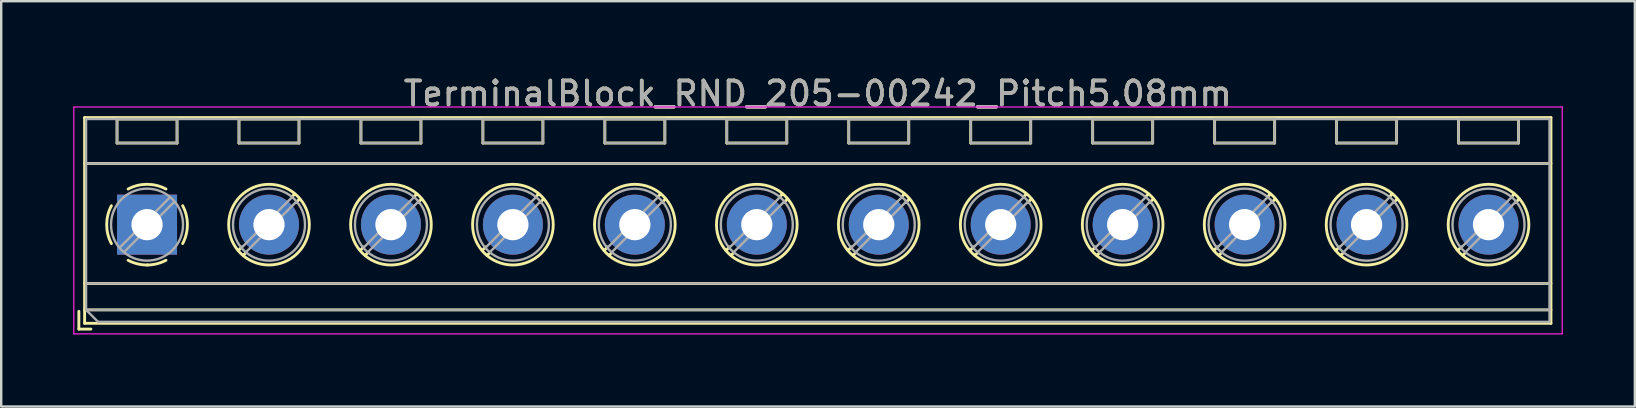
<source format=kicad_pcb>
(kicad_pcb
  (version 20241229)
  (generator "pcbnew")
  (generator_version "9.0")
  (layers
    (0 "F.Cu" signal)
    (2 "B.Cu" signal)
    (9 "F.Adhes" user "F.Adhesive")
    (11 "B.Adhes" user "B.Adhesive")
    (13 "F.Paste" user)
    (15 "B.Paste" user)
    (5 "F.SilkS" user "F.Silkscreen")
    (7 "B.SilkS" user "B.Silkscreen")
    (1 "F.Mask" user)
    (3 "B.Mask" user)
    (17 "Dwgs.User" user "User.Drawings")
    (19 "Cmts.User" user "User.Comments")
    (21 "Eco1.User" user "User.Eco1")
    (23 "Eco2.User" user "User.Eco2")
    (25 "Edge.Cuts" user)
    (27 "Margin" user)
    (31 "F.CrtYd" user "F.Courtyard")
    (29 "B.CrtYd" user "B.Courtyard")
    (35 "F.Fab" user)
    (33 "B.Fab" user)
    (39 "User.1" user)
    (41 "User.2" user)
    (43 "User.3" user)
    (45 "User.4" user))
  (footprint "TerminalBlock_RND_205-00242_Pitch5.08mm"
    (layer "F.Cu")
    (at 3.075 6.308)
    (property "Reference" "TerminalBlock_RND_205-00242_Pitch5.08mm" (at 27.94 -5.46 0) (layer "F.SilkS") (effects (font (size 1 1) (thickness 0.15))))
    (attr through_hole)
    (fp_line (start -2.84 3.61) (end -2.84 4.35) (stroke (width 0.12) (type solid)) (layer "F.SilkS"))
    (fp_line (start -2.84 4.35) (end -2.34 4.35) (stroke (width 0.12) (type solid)) (layer "F.SilkS"))
    (fp_line (start -2.6 -4.46) (end -2.6 4.11) (stroke (width 0.12) (type solid)) (layer "F.SilkS"))
    (fp_line (start -2.6 -2.55) (end 58.48 -2.55) (stroke (width 0.12) (type solid)) (layer "F.SilkS"))
    (fp_line (start -2.6 2.45) (end 58.48 2.45) (stroke (width 0.12) (type solid)) (layer "F.SilkS"))
    (fp_line (start -2.6 3.55) (end 58.48 3.55) (stroke (width 0.12) (type solid)) (layer "F.SilkS"))
    (fp_line (start -2.6 4.11) (end 58.48 4.11) (stroke (width 0.12) (type solid)) (layer "F.SilkS"))
    (fp_line (start -1.25 -4.4) (end -1.25 -3.4) (stroke (width 0.12) (type solid)) (layer "F.SilkS"))
    (fp_line (start -1.25 -4.4) (end 1.25 -4.4) (stroke (width 0.12) (type solid)) (layer "F.SilkS"))
    (fp_line (start -1.25 -3.4) (end 1.25 -3.4) (stroke (width 0.12) (type solid)) (layer "F.SilkS"))
    (fp_line (start 1.25 -4.4) (end 1.25 -3.4) (stroke (width 0.12) (type solid)) (layer "F.SilkS"))
    (fp_line (start 3.83 -4.4) (end 3.83 -3.4) (stroke (width 0.12) (type solid)) (layer "F.SilkS"))
    (fp_line (start 3.83 -4.4) (end 6.33 -4.4) (stroke (width 0.12) (type solid)) (layer "F.SilkS"))
    (fp_line (start 3.83 -3.4) (end 6.33 -3.4) (stroke (width 0.12) (type solid)) (layer "F.SilkS"))
    (fp_line (start 3.947 0.929) (end 3.806 1.069) (stroke (width 0.12) (type solid)) (layer "F.SilkS"))
    (fp_line (start 4.117 1.169) (end 4.011 1.274) (stroke (width 0.12) (type solid)) (layer "F.SilkS"))
    (fp_line (start 6.15 -1.275) (end 6.044 -1.169) (stroke (width 0.12) (type solid)) (layer "F.SilkS"))
    (fp_line (start 6.33 -4.4) (end 6.33 -3.4) (stroke (width 0.12) (type solid)) (layer "F.SilkS"))
    (fp_line (start 6.355 -1.069) (end 6.214 -0.929) (stroke (width 0.12) (type solid)) (layer "F.SilkS"))
    (fp_line (start 8.91 -4.4) (end 8.91 -3.4) (stroke (width 0.12) (type solid)) (layer "F.SilkS"))
    (fp_line (start 8.91 -4.4) (end 11.41 -4.4) (stroke (width 0.12) (type solid)) (layer "F.SilkS"))
    (fp_line (start 8.91 -3.4) (end 11.41 -3.4) (stroke (width 0.12) (type solid)) (layer "F.SilkS"))
    (fp_line (start 9.027 0.929) (end 8.886 1.069) (stroke (width 0.12) (type solid)) (layer "F.SilkS"))
    (fp_line (start 9.197 1.169) (end 9.091 1.274) (stroke (width 0.12) (type solid)) (layer "F.SilkS"))
    (fp_line (start 11.23 -1.275) (end 11.124 -1.169) (stroke (width 0.12) (type solid)) (layer "F.SilkS"))
    (fp_line (start 11.41 -4.4) (end 11.41 -3.4) (stroke (width 0.12) (type solid)) (layer "F.SilkS"))
    (fp_line (start 11.435 -1.069) (end 11.294 -0.929) (stroke (width 0.12) (type solid)) (layer "F.SilkS"))
    (fp_line (start 13.99 -4.4) (end 13.99 -3.4) (stroke (width 0.12) (type solid)) (layer "F.SilkS"))
    (fp_line (start 13.99 -4.4) (end 16.49 -4.4) (stroke (width 0.12) (type solid)) (layer "F.SilkS"))
    (fp_line (start 13.99 -3.4) (end 16.49 -3.4) (stroke (width 0.12) (type solid)) (layer "F.SilkS"))
    (fp_line (start 14.107 0.929) (end 13.966 1.069) (stroke (width 0.12) (type solid)) (layer "F.SilkS"))
    (fp_line (start 14.277 1.169) (end 14.171 1.274) (stroke (width 0.12) (type solid)) (layer "F.SilkS"))
    (fp_line (start 16.31 -1.275) (end 16.204 -1.169) (stroke (width 0.12) (type solid)) (layer "F.SilkS"))
    (fp_line (start 16.49 -4.4) (end 16.49 -3.4) (stroke (width 0.12) (type solid)) (layer "F.SilkS"))
    (fp_line (start 16.515 -1.069) (end 16.374 -0.929) (stroke (width 0.12) (type solid)) (layer "F.SilkS"))
    (fp_line (start 19.07 -4.4) (end 19.07 -3.4) (stroke (width 0.12) (type solid)) (layer "F.SilkS"))
    (fp_line (start 19.07 -4.4) (end 21.57 -4.4) (stroke (width 0.12) (type solid)) (layer "F.SilkS"))
    (fp_line (start 19.07 -3.4) (end 21.57 -3.4) (stroke (width 0.12) (type solid)) (layer "F.SilkS"))
    (fp_line (start 19.187 0.929) (end 19.046 1.069) (stroke (width 0.12) (type solid)) (layer "F.SilkS"))
    (fp_line (start 19.357 1.169) (end 19.251 1.274) (stroke (width 0.12) (type solid)) (layer "F.SilkS"))
    (fp_line (start 21.39 -1.275) (end 21.284 -1.169) (stroke (width 0.12) (type solid)) (layer "F.SilkS"))
    (fp_line (start 21.57 -4.4) (end 21.57 -3.4) (stroke (width 0.12) (type solid)) (layer "F.SilkS"))
    (fp_line (start 21.595 -1.069) (end 21.454 -0.929) (stroke (width 0.12) (type solid)) (layer "F.SilkS"))
    (fp_line (start 24.15 -4.4) (end 24.15 -3.4) (stroke (width 0.12) (type solid)) (layer "F.SilkS"))
    (fp_line (start 24.15 -4.4) (end 26.65 -4.4) (stroke (width 0.12) (type solid)) (layer "F.SilkS"))
    (fp_line (start 24.15 -3.4) (end 26.65 -3.4) (stroke (width 0.12) (type solid)) (layer "F.SilkS"))
    (fp_line (start 24.267 0.929) (end 24.126 1.069) (stroke (width 0.12) (type solid)) (layer "F.SilkS"))
    (fp_line (start 24.437 1.169) (end 24.331 1.274) (stroke (width 0.12) (type solid)) (layer "F.SilkS"))
    (fp_line (start 26.47 -1.275) (end 26.364 -1.169) (stroke (width 0.12) (type solid)) (layer "F.SilkS"))
    (fp_line (start 26.65 -4.4) (end 26.65 -3.4) (stroke (width 0.12) (type solid)) (layer "F.SilkS"))
    (fp_line (start 26.675 -1.069) (end 26.534 -0.929) (stroke (width 0.12) (type solid)) (layer "F.SilkS"))
    (fp_line (start 29.23 -4.4) (end 29.23 -3.4) (stroke (width 0.12) (type solid)) (layer "F.SilkS"))
    (fp_line (start 29.23 -4.4) (end 31.73 -4.4) (stroke (width 0.12) (type solid)) (layer "F.SilkS"))
    (fp_line (start 29.23 -3.4) (end 31.73 -3.4) (stroke (width 0.12) (type solid)) (layer "F.SilkS"))
    (fp_line (start 29.347 0.929) (end 29.206 1.069) (stroke (width 0.12) (type solid)) (layer "F.SilkS"))
    (fp_line (start 29.517 1.169) (end 29.411 1.274) (stroke (width 0.12) (type solid)) (layer "F.SilkS"))
    (fp_line (start 31.55 -1.275) (end 31.444 -1.169) (stroke (width 0.12) (type solid)) (layer "F.SilkS"))
    (fp_line (start 31.73 -4.4) (end 31.73 -3.4) (stroke (width 0.12) (type solid)) (layer "F.SilkS"))
    (fp_line (start 31.755 -1.069) (end 31.614 -0.929) (stroke (width 0.12) (type solid)) (layer "F.SilkS"))
    (fp_line (start 34.31 -4.4) (end 34.31 -3.4) (stroke (width 0.12) (type solid)) (layer "F.SilkS"))
    (fp_line (start 34.31 -4.4) (end 36.81 -4.4) (stroke (width 0.12) (type solid)) (layer "F.SilkS"))
    (fp_line (start 34.31 -3.4) (end 36.81 -3.4) (stroke (width 0.12) (type solid)) (layer "F.SilkS"))
    (fp_line (start 34.427 0.929) (end 34.286 1.069) (stroke (width 0.12) (type solid)) (layer "F.SilkS"))
    (fp_line (start 34.597 1.169) (end 34.491 1.274) (stroke (width 0.12) (type solid)) (layer "F.SilkS"))
    (fp_line (start 36.63 -1.275) (end 36.524 -1.169) (stroke (width 0.12) (type solid)) (layer "F.SilkS"))
    (fp_line (start 36.81 -4.4) (end 36.81 -3.4) (stroke (width 0.12) (type solid)) (layer "F.SilkS"))
    (fp_line (start 36.835 -1.069) (end 36.694 -0.929) (stroke (width 0.12) (type solid)) (layer "F.SilkS"))
    (fp_line (start 39.39 -4.4) (end 39.39 -3.4) (stroke (width 0.12) (type solid)) (layer "F.SilkS"))
    (fp_line (start 39.39 -4.4) (end 41.89 -4.4) (stroke (width 0.12) (type solid)) (layer "F.SilkS"))
    (fp_line (start 39.39 -3.4) (end 41.89 -3.4) (stroke (width 0.12) (type solid)) (layer "F.SilkS"))
    (fp_line (start 39.507 0.929) (end 39.366 1.069) (stroke (width 0.12) (type solid)) (layer "F.SilkS"))
    (fp_line (start 39.677 1.169) (end 39.571 1.274) (stroke (width 0.12) (type solid)) (layer "F.SilkS"))
    (fp_line (start 41.71 -1.275) (end 41.604 -1.169) (stroke (width 0.12) (type solid)) (layer "F.SilkS"))
    (fp_line (start 41.89 -4.4) (end 41.89 -3.4) (stroke (width 0.12) (type solid)) (layer "F.SilkS"))
    (fp_line (start 41.915 -1.069) (end 41.774 -0.929) (stroke (width 0.12) (type solid)) (layer "F.SilkS"))
    (fp_line (start 44.47 -4.4) (end 44.47 -3.4) (stroke (width 0.12) (type solid)) (layer "F.SilkS"))
    (fp_line (start 44.47 -4.4) (end 46.97 -4.4) (stroke (width 0.12) (type solid)) (layer "F.SilkS"))
    (fp_line (start 44.47 -3.4) (end 46.97 -3.4) (stroke (width 0.12) (type solid)) (layer "F.SilkS"))
    (fp_line (start 44.587 0.929) (end 44.446 1.069) (stroke (width 0.12) (type solid)) (layer "F.SilkS"))
    (fp_line (start 44.757 1.169) (end 44.651 1.274) (stroke (width 0.12) (type solid)) (layer "F.SilkS"))
    (fp_line (start 46.79 -1.275) (end 46.684 -1.169) (stroke (width 0.12) (type solid)) (layer "F.SilkS"))
    (fp_line (start 46.97 -4.4) (end 46.97 -3.4) (stroke (width 0.12) (type solid)) (layer "F.SilkS"))
    (fp_line (start 46.995 -1.069) (end 46.854 -0.929) (stroke (width 0.12) (type solid)) (layer "F.SilkS"))
    (fp_line (start 49.55 -4.4) (end 49.55 -3.4) (stroke (width 0.12) (type solid)) (layer "F.SilkS"))
    (fp_line (start 49.55 -4.4) (end 52.05 -4.4) (stroke (width 0.12) (type solid)) (layer "F.SilkS"))
    (fp_line (start 49.55 -3.4) (end 52.05 -3.4) (stroke (width 0.12) (type solid)) (layer "F.SilkS"))
    (fp_line (start 49.667 0.929) (end 49.526 1.069) (stroke (width 0.12) (type solid)) (layer "F.SilkS"))
    (fp_line (start 49.837 1.169) (end 49.731 1.274) (stroke (width 0.12) (type solid)) (layer "F.SilkS"))
    (fp_line (start 51.87 -1.275) (end 51.764 -1.169) (stroke (width 0.12) (type solid)) (layer "F.SilkS"))
    (fp_line (start 52.05 -4.4) (end 52.05 -3.4) (stroke (width 0.12) (type solid)) (layer "F.SilkS"))
    (fp_line (start 52.075 -1.069) (end 51.934 -0.929) (stroke (width 0.12) (type solid)) (layer "F.SilkS"))
    (fp_line (start 54.63 -4.4) (end 54.63 -3.4) (stroke (width 0.12) (type solid)) (layer "F.SilkS"))
    (fp_line (start 54.63 -4.4) (end 57.13 -4.4) (stroke (width 0.12) (type solid)) (layer "F.SilkS"))
    (fp_line (start 54.63 -3.4) (end 57.13 -3.4) (stroke (width 0.12) (type solid)) (layer "F.SilkS"))
    (fp_line (start 54.747 0.929) (end 54.606 1.069) (stroke (width 0.12) (type solid)) (layer "F.SilkS"))
    (fp_line (start 54.917 1.169) (end 54.811 1.274) (stroke (width 0.12) (type solid)) (layer "F.SilkS"))
    (fp_line (start 56.95 -1.275) (end 56.844 -1.169) (stroke (width 0.12) (type solid)) (layer "F.SilkS"))
    (fp_line (start 57.13 -4.4) (end 57.13 -3.4) (stroke (width 0.12) (type solid)) (layer "F.SilkS"))
    (fp_line (start 57.155 -1.069) (end 57.014 -0.929) (stroke (width 0.12) (type solid)) (layer "F.SilkS"))
    (fp_line (start 58.48 -4.46) (end -2.6 -4.46) (stroke (width 0.12) (type solid)) (layer "F.SilkS"))
    (fp_line (start 58.48 4.11) (end 58.48 -4.46) (stroke (width 0.12) (type solid)) (layer "F.SilkS"))
    (fp_arc (start -1.483953 0.789089) (mid -1.680708 0.00005) (end -1.484 -0.789) (stroke (width 0.12) (type solid)) (layer "F.SilkS"))
    (fp_arc (start -0.789089 -1.483953) (mid -0.00005 -1.680708) (end 0.789 -1.484) (stroke (width 0.12) (type solid)) (layer "F.SilkS"))
    (fp_arc (start 0.029383 1.68045) (mid -0.392304 1.634281) (end -0.789 1.484) (stroke (width 0.12) (type solid)) (layer "F.SilkS"))
    (fp_arc (start 0.788712 1.483352) (mid 0.406429 1.630097) (end 0 1.68) (stroke (width 0.12) (type solid)) (layer "F.SilkS"))
    (fp_arc (start 1.483953 -0.789089) (mid 1.680708 -0.00005) (end 1.484 0.789) (stroke (width 0.12) (type solid)) (layer "F.SilkS"))
    (fp_circle (center 5.08 0) (end 6.76 0) (stroke (width 0.12) (type solid)) (fill no) (layer "F.SilkS"))
    (fp_circle (center 10.16 0) (end 11.84 0) (stroke (width 0.12) (type solid)) (fill no) (layer "F.SilkS"))
    (fp_circle (center 15.24 0) (end 16.92 0) (stroke (width 0.12) (type solid)) (fill no) (layer "F.SilkS"))
    (fp_circle (center 20.32 0) (end 22 0) (stroke (width 0.12) (type solid)) (fill no) (layer "F.SilkS"))
    (fp_circle (center 25.4 0) (end 27.08 0) (stroke (width 0.12) (type solid)) (fill no) (layer "F.SilkS"))
    (fp_circle (center 30.48 0) (end 32.16 0) (stroke (width 0.12) (type solid)) (fill no) (layer "F.SilkS"))
    (fp_circle (center 35.56 0) (end 37.24 0) (stroke (width 0.12) (type solid)) (fill no) (layer "F.SilkS"))
    (fp_circle (center 40.64 0) (end 42.32 0) (stroke (width 0.12) (type solid)) (fill no) (layer "F.SilkS"))
    (fp_circle (center 45.72 0) (end 47.4 0) (stroke (width 0.12) (type solid)) (fill no) (layer "F.SilkS"))
    (fp_circle (center 50.8 0) (end 52.48 0) (stroke (width 0.12) (type solid)) (fill no) (layer "F.SilkS"))
    (fp_circle (center 55.88 0) (end 57.56 0) (stroke (width 0.12) (type solid)) (fill no) (layer "F.SilkS"))
    (fp_line (start -3.05 -4.9) (end -3.05 4.55) (stroke (width 0.05) (type solid)) (layer "F.CrtYd"))
    (fp_line (start -3.05 4.55) (end 58.95 4.55) (stroke (width 0.05) (type solid)) (layer "F.CrtYd"))
    (fp_line (start 58.95 -4.9) (end -3.05 -4.9) (stroke (width 0.05) (type solid)) (layer "F.CrtYd"))
    (fp_line (start 58.95 4.55) (end 58.95 -4.9) (stroke (width 0.05) (type solid)) (layer "F.CrtYd"))
    (fp_line (start -2.54 -4.4) (end 58.42 -4.4) (stroke (width 0.1) (type solid)) (layer "F.Fab"))
    (fp_line (start -2.54 -2.55) (end 58.42 -2.55) (stroke (width 0.1) (type solid)) (layer "F.Fab"))
    (fp_line (start -2.54 2.45) (end 58.42 2.45) (stroke (width 0.1) (type solid)) (layer "F.Fab"))
    (fp_line (start -2.54 3.55) (end -2.54 -4.4) (stroke (width 0.1) (type solid)) (layer "F.Fab"))
    (fp_line (start -2.54 3.55) (end 58.42 3.55) (stroke (width 0.1) (type solid)) (layer "F.Fab"))
    (fp_line (start -2.04 4.05) (end -2.54 3.55) (stroke (width 0.1) (type solid)) (layer "F.Fab"))
    (fp_line (start -1.25 -4.4) (end -1.25 -3.4) (stroke (width 0.1) (type solid)) (layer "F.Fab"))
    (fp_line (start -1.25 -3.4) (end 1.25 -3.4) (stroke (width 0.1) (type solid)) (layer "F.Fab"))
    (fp_line (start 0.955 -1.138) (end -1.138 0.955) (stroke (width 0.1) (type solid)) (layer "F.Fab"))
    (fp_line (start 1.138 -0.955) (end -0.955 1.138) (stroke (width 0.1) (type solid)) (layer "F.Fab"))
    (fp_line (start 1.25 -4.4) (end -1.25 -4.4) (stroke (width 0.1) (type solid)) (layer "F.Fab"))
    (fp_line (start 1.25 -3.4) (end 1.25 -4.4) (stroke (width 0.1) (type solid)) (layer "F.Fab"))
    (fp_line (start 3.83 -4.4) (end 3.83 -3.4) (stroke (width 0.1) (type solid)) (layer "F.Fab"))
    (fp_line (start 3.83 -3.4) (end 6.33 -3.4) (stroke (width 0.1) (type solid)) (layer "F.Fab"))
    (fp_line (start 6.035 -1.138) (end 3.943 0.955) (stroke (width 0.1) (type solid)) (layer "F.Fab"))
    (fp_line (start 6.218 -0.955) (end 4.126 1.138) (stroke (width 0.1) (type solid)) (layer "F.Fab"))
    (fp_line (start 6.33 -4.4) (end 3.83 -4.4) (stroke (width 0.1) (type solid)) (layer "F.Fab"))
    (fp_line (start 6.33 -3.4) (end 6.33 -4.4) (stroke (width 0.1) (type solid)) (layer "F.Fab"))
    (fp_line (start 8.91 -4.4) (end 8.91 -3.4) (stroke (width 0.1) (type solid)) (layer "F.Fab"))
    (fp_line (start 8.91 -3.4) (end 11.41 -3.4) (stroke (width 0.1) (type solid)) (layer "F.Fab"))
    (fp_line (start 11.115 -1.138) (end 9.023 0.955) (stroke (width 0.1) (type solid)) (layer "F.Fab"))
    (fp_line (start 11.298 -0.955) (end 9.206 1.138) (stroke (width 0.1) (type solid)) (layer "F.Fab"))
    (fp_line (start 11.41 -4.4) (end 8.91 -4.4) (stroke (width 0.1) (type solid)) (layer "F.Fab"))
    (fp_line (start 11.41 -3.4) (end 11.41 -4.4) (stroke (width 0.1) (type solid)) (layer "F.Fab"))
    (fp_line (start 13.99 -4.4) (end 13.99 -3.4) (stroke (width 0.1) (type solid)) (layer "F.Fab"))
    (fp_line (start 13.99 -3.4) (end 16.49 -3.4) (stroke (width 0.1) (type solid)) (layer "F.Fab"))
    (fp_line (start 16.195 -1.138) (end 14.103 0.955) (stroke (width 0.1) (type solid)) (layer "F.Fab"))
    (fp_line (start 16.378 -0.955) (end 14.286 1.138) (stroke (width 0.1) (type solid)) (layer "F.Fab"))
    (fp_line (start 16.49 -4.4) (end 13.99 -4.4) (stroke (width 0.1) (type solid)) (layer "F.Fab"))
    (fp_line (start 16.49 -3.4) (end 16.49 -4.4) (stroke (width 0.1) (type solid)) (layer "F.Fab"))
    (fp_line (start 19.07 -4.4) (end 19.07 -3.4) (stroke (width 0.1) (type solid)) (layer "F.Fab"))
    (fp_line (start 19.07 -3.4) (end 21.57 -3.4) (stroke (width 0.1) (type solid)) (layer "F.Fab"))
    (fp_line (start 21.275 -1.138) (end 19.183 0.955) (stroke (width 0.1) (type solid)) (layer "F.Fab"))
    (fp_line (start 21.458 -0.955) (end 19.366 1.138) (stroke (width 0.1) (type solid)) (layer "F.Fab"))
    (fp_line (start 21.57 -4.4) (end 19.07 -4.4) (stroke (width 0.1) (type solid)) (layer "F.Fab"))
    (fp_line (start 21.57 -3.4) (end 21.57 -4.4) (stroke (width 0.1) (type solid)) (layer "F.Fab"))
    (fp_line (start 24.15 -4.4) (end 24.15 -3.4) (stroke (width 0.1) (type solid)) (layer "F.Fab"))
    (fp_line (start 24.15 -3.4) (end 26.65 -3.4) (stroke (width 0.1) (type solid)) (layer "F.Fab"))
    (fp_line (start 26.355 -1.138) (end 24.263 0.955) (stroke (width 0.1) (type solid)) (layer "F.Fab"))
    (fp_line (start 26.538 -0.955) (end 24.446 1.138) (stroke (width 0.1) (type solid)) (layer "F.Fab"))
    (fp_line (start 26.65 -4.4) (end 24.15 -4.4) (stroke (width 0.1) (type solid)) (layer "F.Fab"))
    (fp_line (start 26.65 -3.4) (end 26.65 -4.4) (stroke (width 0.1) (type solid)) (layer "F.Fab"))
    (fp_line (start 29.23 -4.4) (end 29.23 -3.4) (stroke (width 0.1) (type solid)) (layer "F.Fab"))
    (fp_line (start 29.23 -3.4) (end 31.73 -3.4) (stroke (width 0.1) (type solid)) (layer "F.Fab"))
    (fp_line (start 31.435 -1.138) (end 29.343 0.955) (stroke (width 0.1) (type solid)) (layer "F.Fab"))
    (fp_line (start 31.618 -0.955) (end 29.526 1.138) (stroke (width 0.1) (type solid)) (layer "F.Fab"))
    (fp_line (start 31.73 -4.4) (end 29.23 -4.4) (stroke (width 0.1) (type solid)) (layer "F.Fab"))
    (fp_line (start 31.73 -3.4) (end 31.73 -4.4) (stroke (width 0.1) (type solid)) (layer "F.Fab"))
    (fp_line (start 34.31 -4.4) (end 34.31 -3.4) (stroke (width 0.1) (type solid)) (layer "F.Fab"))
    (fp_line (start 34.31 -3.4) (end 36.81 -3.4) (stroke (width 0.1) (type solid)) (layer "F.Fab"))
    (fp_line (start 36.515 -1.138) (end 34.423 0.955) (stroke (width 0.1) (type solid)) (layer "F.Fab"))
    (fp_line (start 36.698 -0.955) (end 34.606 1.138) (stroke (width 0.1) (type solid)) (layer "F.Fab"))
    (fp_line (start 36.81 -4.4) (end 34.31 -4.4) (stroke (width 0.1) (type solid)) (layer "F.Fab"))
    (fp_line (start 36.81 -3.4) (end 36.81 -4.4) (stroke (width 0.1) (type solid)) (layer "F.Fab"))
    (fp_line (start 39.39 -4.4) (end 39.39 -3.4) (stroke (width 0.1) (type solid)) (layer "F.Fab"))
    (fp_line (start 39.39 -3.4) (end 41.89 -3.4) (stroke (width 0.1) (type solid)) (layer "F.Fab"))
    (fp_line (start 41.595 -1.138) (end 39.503 0.955) (stroke (width 0.1) (type solid)) (layer "F.Fab"))
    (fp_line (start 41.778 -0.955) (end 39.686 1.138) (stroke (width 0.1) (type solid)) (layer "F.Fab"))
    (fp_line (start 41.89 -4.4) (end 39.39 -4.4) (stroke (width 0.1) (type solid)) (layer "F.Fab"))
    (fp_line (start 41.89 -3.4) (end 41.89 -4.4) (stroke (width 0.1) (type solid)) (layer "F.Fab"))
    (fp_line (start 44.47 -4.4) (end 44.47 -3.4) (stroke (width 0.1) (type solid)) (layer "F.Fab"))
    (fp_line (start 44.47 -3.4) (end 46.97 -3.4) (stroke (width 0.1) (type solid)) (layer "F.Fab"))
    (fp_line (start 46.675 -1.138) (end 44.583 0.955) (stroke (width 0.1) (type solid)) (layer "F.Fab"))
    (fp_line (start 46.858 -0.955) (end 44.766 1.138) (stroke (width 0.1) (type solid)) (layer "F.Fab"))
    (fp_line (start 46.97 -4.4) (end 44.47 -4.4) (stroke (width 0.1) (type solid)) (layer "F.Fab"))
    (fp_line (start 46.97 -3.4) (end 46.97 -4.4) (stroke (width 0.1) (type solid)) (layer "F.Fab"))
    (fp_line (start 49.55 -4.4) (end 49.55 -3.4) (stroke (width 0.1) (type solid)) (layer "F.Fab"))
    (fp_line (start 49.55 -3.4) (end 52.05 -3.4) (stroke (width 0.1) (type solid)) (layer "F.Fab"))
    (fp_line (start 51.755 -1.138) (end 49.663 0.955) (stroke (width 0.1) (type solid)) (layer "F.Fab"))
    (fp_line (start 51.938 -0.955) (end 49.846 1.138) (stroke (width 0.1) (type solid)) (layer "F.Fab"))
    (fp_line (start 52.05 -4.4) (end 49.55 -4.4) (stroke (width 0.1) (type solid)) (layer "F.Fab"))
    (fp_line (start 52.05 -3.4) (end 52.05 -4.4) (stroke (width 0.1) (type solid)) (layer "F.Fab"))
    (fp_line (start 54.63 -4.4) (end 54.63 -3.4) (stroke (width 0.1) (type solid)) (layer "F.Fab"))
    (fp_line (start 54.63 -3.4) (end 57.13 -3.4) (stroke (width 0.1) (type solid)) (layer "F.Fab"))
    (fp_line (start 56.835 -1.138) (end 54.743 0.955) (stroke (width 0.1) (type solid)) (layer "F.Fab"))
    (fp_line (start 57.018 -0.955) (end 54.926 1.138) (stroke (width 0.1) (type solid)) (layer "F.Fab"))
    (fp_line (start 57.13 -4.4) (end 54.63 -4.4) (stroke (width 0.1) (type solid)) (layer "F.Fab"))
    (fp_line (start 57.13 -3.4) (end 57.13 -4.4) (stroke (width 0.1) (type solid)) (layer "F.Fab"))
    (fp_line (start 58.42 -4.4) (end 58.42 4.05) (stroke (width 0.1) (type solid)) (layer "F.Fab"))
    (fp_line (start 58.42 4.05) (end -2.04 4.05) (stroke (width 0.1) (type solid)) (layer "F.Fab"))
    (fp_circle (center 0 0) (end 1.5 0) (stroke (width 0.1) (type solid)) (fill no) (layer "F.Fab"))
    (fp_circle (center 5.08 0) (end 6.58 0) (stroke (width 0.1) (type solid)) (fill no) (layer "F.Fab"))
    (fp_circle (center 10.16 0) (end 11.66 0) (stroke (width 0.1) (type solid)) (fill no) (layer "F.Fab"))
    (fp_circle (center 15.24 0) (end 16.74 0) (stroke (width 0.1) (type solid)) (fill no) (layer "F.Fab"))
    (fp_circle (center 20.32 0) (end 21.82 0) (stroke (width 0.1) (type solid)) (fill no) (layer "F.Fab"))
    (fp_circle (center 25.4 0) (end 26.9 0) (stroke (width 0.1) (type solid)) (fill no) (layer "F.Fab"))
    (fp_circle (center 30.48 0) (end 31.98 0) (stroke (width 0.1) (type solid)) (fill no) (layer "F.Fab"))
    (fp_circle (center 35.56 0) (end 37.06 0) (stroke (width 0.1) (type solid)) (fill no) (layer "F.Fab"))
    (fp_circle (center 40.64 0) (end 42.14 0) (stroke (width 0.1) (type solid)) (fill no) (layer "F.Fab"))
    (fp_circle (center 45.72 0) (end 47.22 0) (stroke (width 0.1) (type solid)) (fill no) (layer "F.Fab"))
    (fp_circle (center 50.8 0) (end 52.3 0) (stroke (width 0.1) (type solid)) (fill no) (layer "F.Fab"))
    (fp_circle (center 55.88 0) (end 57.38 0) (stroke (width 0.1) (type solid)) (fill no) (layer "F.Fab"))
    (fp_text user "${REFERENCE}" (at 27.94 -5.46 0) (layer "F.Fab") (effects (font (size 1 1) (thickness 0.15))))
    (pad "1" thru_hole rect (at 0 0) (size 2.5 2.5) (drill 1.3) (layers "*.Cu" "*.Mask"))
    (pad "2" thru_hole oval (at 5.08 0) (size 2.5 2.5) (drill 1.3) (layers "*.Cu" "*.Mask"))
    (pad "3" thru_hole oval (at 10.16 0) (size 2.5 2.5) (drill 1.3) (layers "*.Cu" "*.Mask"))
    (pad "4" thru_hole oval (at 15.24 0) (size 2.5 2.5) (drill 1.3) (layers "*.Cu" "*.Mask"))
    (pad "5" thru_hole oval (at 20.32 0) (size 2.5 2.5) (drill 1.3) (layers "*.Cu" "*.Mask"))
    (pad "6" thru_hole oval (at 25.4 0) (size 2.5 2.5) (drill 1.3) (layers "*.Cu" "*.Mask"))
    (pad "7" thru_hole oval (at 30.48 0) (size 2.5 2.5) (drill 1.3) (layers "*.Cu" "*.Mask"))
    (pad "8" thru_hole oval (at 35.56 0) (size 2.5 2.5) (drill 1.3) (layers "*.Cu" "*.Mask"))
    (pad "9" thru_hole oval (at 40.64 0) (size 2.5 2.5) (drill 1.3) (layers "*.Cu" "*.Mask"))
    (pad "10" thru_hole oval (at 45.72 0) (size 2.5 2.5) (drill 1.3) (layers "*.Cu" "*.Mask"))
    (pad "11" thru_hole oval (at 50.8 0) (size 2.5 2.5) (drill 1.3) (layers "*.Cu" "*.Mask"))
    (pad "12" thru_hole oval (at 55.88 0) (size 2.5 2.5) (drill 1.3) (layers "*.Cu" "*.Mask")))
  (gr_rect
    (start -3 -3)
    (end 65.05 13.883)
    (stroke (width 0.1) (type default))
    (fill no)
    (layer "Edge.Cuts")))
</source>
